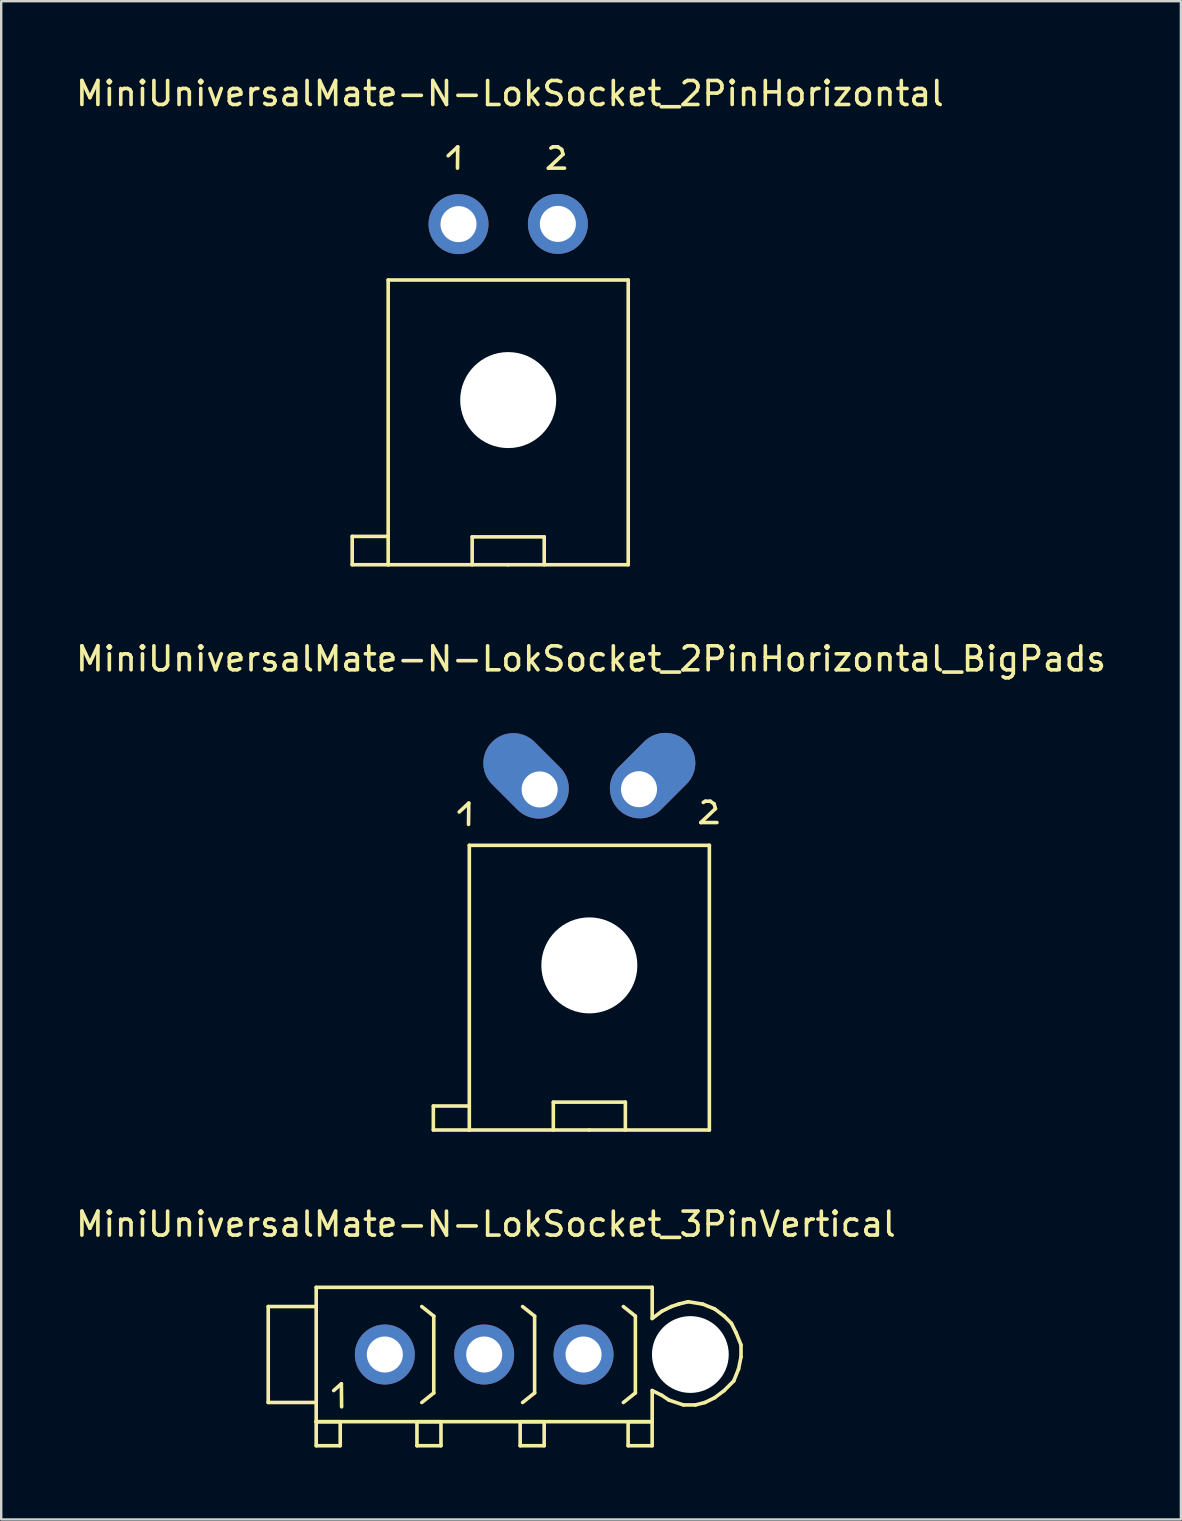
<source format=kicad_pcb>
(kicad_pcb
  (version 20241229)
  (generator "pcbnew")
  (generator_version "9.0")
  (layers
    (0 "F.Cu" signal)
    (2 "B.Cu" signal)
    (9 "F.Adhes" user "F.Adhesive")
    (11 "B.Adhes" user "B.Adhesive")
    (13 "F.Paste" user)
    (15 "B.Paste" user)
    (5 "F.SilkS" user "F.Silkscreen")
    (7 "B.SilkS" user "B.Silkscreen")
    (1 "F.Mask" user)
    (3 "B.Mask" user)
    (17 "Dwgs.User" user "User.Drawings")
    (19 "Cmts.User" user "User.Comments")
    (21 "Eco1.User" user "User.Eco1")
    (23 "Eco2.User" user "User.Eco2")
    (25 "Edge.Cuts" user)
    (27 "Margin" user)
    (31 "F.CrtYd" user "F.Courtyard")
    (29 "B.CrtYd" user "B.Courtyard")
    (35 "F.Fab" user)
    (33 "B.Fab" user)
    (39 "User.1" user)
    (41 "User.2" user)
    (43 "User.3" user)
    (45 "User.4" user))
  (footprint "MiniUniversalMate-N-LokSocket_3PinVertical"
    (layer "F.Cu")
    (at 17.125 53.389)
    (property "Reference" "MiniUniversalMate-N-LokSocket_3PinVertical" (at 0.071 -5.431 0) (layer "F.SilkS") (effects (font (size 1 1) (thickness 0.15))))
    (attr through_hole)
    (fp_line (start -8.999 -1.999) (end -8.999 1.999) (stroke (width 0.15) (type solid)) (layer "F.SilkS"))
    (fp_line (start -8.999 1.999) (end -7 1.999) (stroke (width 0.15) (type solid)) (layer "F.SilkS"))
    (fp_line (start -7 -2.799) (end -7 2.799) (stroke (width 0.15) (type solid)) (layer "F.SilkS"))
    (fp_line (start -7 -2.799) (end 7 -2.799) (stroke (width 0.15) (type solid)) (layer "F.SilkS"))
    (fp_line (start -7 -1.999) (end -8.999 -1.999) (stroke (width 0.15) (type solid)) (layer "F.SilkS"))
    (fp_line (start -7 2.799) (end 7 2.799) (stroke (width 0.15) (type solid)) (layer "F.SilkS"))
    (fp_line (start -7 2.802) (end -5.999 2.802) (stroke (width 0.15) (type solid)) (layer "F.SilkS"))
    (fp_line (start -7 3.8) (end -7 2.802) (stroke (width 0.15) (type solid)) (layer "F.SilkS"))
    (fp_line (start -6.271 1.501) (end -5.951 1.219) (stroke (width 0.15) (type solid)) (layer "F.SilkS"))
    (fp_line (start -5.999 2.802) (end -5.999 3.8) (stroke (width 0.15) (type solid)) (layer "F.SilkS"))
    (fp_line (start -5.999 3.8) (end -7 3.8) (stroke (width 0.15) (type solid)) (layer "F.SilkS"))
    (fp_line (start -5.951 1.219) (end -5.941 2.179) (stroke (width 0.15) (type solid)) (layer "F.SilkS"))
    (fp_line (start -2.802 2.802) (end -1.801 2.802) (stroke (width 0.15) (type solid)) (layer "F.SilkS"))
    (fp_line (start -2.802 3.8) (end -2.802 2.802) (stroke (width 0.15) (type solid)) (layer "F.SilkS"))
    (fp_line (start -2.101 -1.6) (end -2.601 -1.999) (stroke (width 0.15) (type solid)) (layer "F.SilkS"))
    (fp_line (start -2.101 -1.6) (end -2.101 1.6) (stroke (width 0.15) (type solid)) (layer "F.SilkS"))
    (fp_line (start -2.101 1.6) (end -2.601 1.999) (stroke (width 0.15) (type solid)) (layer "F.SilkS"))
    (fp_line (start -1.801 2.802) (end -1.801 3.8) (stroke (width 0.15) (type solid)) (layer "F.SilkS"))
    (fp_line (start -1.801 3.8) (end -2.802 3.8) (stroke (width 0.15) (type solid)) (layer "F.SilkS"))
    (fp_line (start 1.499 2.802) (end 2.499 2.802) (stroke (width 0.15) (type solid)) (layer "F.SilkS"))
    (fp_line (start 1.499 3.8) (end 1.499 2.802) (stroke (width 0.15) (type solid)) (layer "F.SilkS"))
    (fp_line (start 2.101 -1.6) (end 1.6 -1.999) (stroke (width 0.15) (type solid)) (layer "F.SilkS"))
    (fp_line (start 2.101 -1.6) (end 2.101 1.6) (stroke (width 0.15) (type solid)) (layer "F.SilkS"))
    (fp_line (start 2.101 1.6) (end 1.6 1.999) (stroke (width 0.15) (type solid)) (layer "F.SilkS"))
    (fp_line (start 2.499 2.802) (end 2.499 3.8) (stroke (width 0.15) (type solid)) (layer "F.SilkS"))
    (fp_line (start 2.499 3.8) (end 1.499 3.8) (stroke (width 0.15) (type solid)) (layer "F.SilkS"))
    (fp_line (start 5.997 2.802) (end 6.998 2.802) (stroke (width 0.15) (type solid)) (layer "F.SilkS"))
    (fp_line (start 5.997 3.8) (end 5.997 2.802) (stroke (width 0.15) (type solid)) (layer "F.SilkS"))
    (fp_line (start 6.299 -1.6) (end 5.799 -1.999) (stroke (width 0.15) (type solid)) (layer "F.SilkS"))
    (fp_line (start 6.299 -1.6) (end 6.299 1.6) (stroke (width 0.15) (type solid)) (layer "F.SilkS"))
    (fp_line (start 6.299 1.6) (end 5.799 1.999) (stroke (width 0.15) (type solid)) (layer "F.SilkS"))
    (fp_line (start 6.998 2.802) (end 6.998 3.8) (stroke (width 0.15) (type solid)) (layer "F.SilkS"))
    (fp_line (start 6.998 3.8) (end 5.997 3.8) (stroke (width 0.15) (type solid)) (layer "F.SilkS"))
    (fp_line (start 7 -2.799) (end 7 -1.501) (stroke (width 0.15) (type solid)) (layer "F.SilkS"))
    (fp_line (start 7 -1.501) (end 7.399 -1.801) (stroke (width 0.15) (type solid)) (layer "F.SilkS"))
    (fp_line (start 7 2.799) (end 7 1.501) (stroke (width 0.15) (type solid)) (layer "F.SilkS"))
    (fp_line (start 7.399 -1.801) (end 7.8 -1.999) (stroke (width 0.15) (type solid)) (layer "F.SilkS"))
    (fp_line (start 7.399 1.699) (end 7 1.501) (stroke (width 0.15) (type solid)) (layer "F.SilkS"))
    (fp_line (start 7.699 1.9) (end 7.399 1.699) (stroke (width 0.15) (type solid)) (layer "F.SilkS"))
    (fp_line (start 7.8 -1.999) (end 8.1 -2.101) (stroke (width 0.15) (type solid)) (layer "F.SilkS"))
    (fp_line (start 8.1 -2.101) (end 8.499 -2.2) (stroke (width 0.15) (type solid)) (layer "F.SilkS"))
    (fp_line (start 8.301 2.101) (end 7.699 1.9) (stroke (width 0.15) (type solid)) (layer "F.SilkS"))
    (fp_line (start 8.499 -2.2) (end 9.101 -2.101) (stroke (width 0.15) (type solid)) (layer "F.SilkS"))
    (fp_line (start 8.801 2.101) (end 8.301 2.101) (stroke (width 0.15) (type solid)) (layer "F.SilkS"))
    (fp_line (start 9.101 -2.101) (end 9.601 -1.9) (stroke (width 0.15) (type solid)) (layer "F.SilkS"))
    (fp_line (start 9.2 1.999) (end 8.801 2.101) (stroke (width 0.15) (type solid)) (layer "F.SilkS"))
    (fp_line (start 9.601 -1.9) (end 10 -1.6) (stroke (width 0.15) (type solid)) (layer "F.SilkS"))
    (fp_line (start 9.601 1.801) (end 9.2 1.999) (stroke (width 0.15) (type solid)) (layer "F.SilkS"))
    (fp_line (start 10 -1.6) (end 10.3 -1.3) (stroke (width 0.15) (type solid)) (layer "F.SilkS"))
    (fp_line (start 10 1.501) (end 9.601 1.801) (stroke (width 0.15) (type solid)) (layer "F.SilkS"))
    (fp_line (start 10.3 -1.3) (end 10.5 -0.899) (stroke (width 0.15) (type solid)) (layer "F.SilkS"))
    (fp_line (start 10.399 1.1) (end 10 1.501) (stroke (width 0.15) (type solid)) (layer "F.SilkS"))
    (fp_line (start 10.5 -0.899) (end 10.701 -0.399) (stroke (width 0.15) (type solid)) (layer "F.SilkS"))
    (fp_line (start 10.599 0.599) (end 10.399 1.1) (stroke (width 0.15) (type solid)) (layer "F.SilkS"))
    (fp_line (start 10.701 -0.399) (end 10.701 0.099) (stroke (width 0.15) (type solid)) (layer "F.SilkS"))
    (fp_line (start 10.701 0.099) (end 10.599 0.599) (stroke (width 0.15) (type solid)) (layer "F.SilkS"))
    (pad "" np_thru_hole circle (at 8.59 0) (size 3.2 3.2) (drill 3.2) (layers "*.Cu" "*.Mask"))
    (pad "1" thru_hole circle (at -4.14 0 90) (size 2.499 2.499) (drill 1.501) (layers "*.Cu" "*.Mask"))
    (pad "2" thru_hole circle (at 0 0 90) (size 2.499 2.499) (drill 1.501) (layers "*.Cu" "*.Mask"))
    (pad "3" thru_hole circle (at 4.14 0 90) (size 2.499 2.499) (drill 1.501) (layers "*.Cu" "*.Mask")))
  (footprint "MiniUniversalMate-N-LokSocket_2PinHorizontal"
    (layer "F.Cu")
    (at 18.125 6.279)
    (property "Reference" "MiniUniversalMate-N-LokSocket_2PinHorizontal" (at 0.071 -5.431 0) (layer "F.SilkS") (effects (font (size 1 1) (thickness 0.15))))
    (attr through_hole)
    (fp_line (start -6.5 13.02) (end -5.001 13.02) (stroke (width 0.15) (type solid)) (layer "F.SilkS"))
    (fp_line (start -6.5 14.201) (end -6.5 13.02) (stroke (width 0.15) (type solid)) (layer "F.SilkS"))
    (fp_line (start -5.001 2.339) (end 5.001 2.339) (stroke (width 0.15) (type solid)) (layer "F.SilkS"))
    (fp_line (start -5.001 14.201) (end -6.5 14.201) (stroke (width 0.15) (type solid)) (layer "F.SilkS"))
    (fp_line (start -5.001 14.201) (end -5.001 2.339) (stroke (width 0.15) (type solid)) (layer "F.SilkS"))
    (fp_line (start -2.502 -2.84) (end -2.103 -3.211) (stroke (width 0.15) (type solid)) (layer "F.SilkS"))
    (fp_line (start -2.103 -3.211) (end -2.113 -2.322) (stroke (width 0.15) (type solid)) (layer "F.SilkS"))
    (fp_line (start -1.501 13.04) (end -1.501 14.201) (stroke (width 0.15) (type solid)) (layer "F.SilkS"))
    (fp_line (start 0 14.201) (end -5.001 14.201) (stroke (width 0.15) (type solid)) (layer "F.SilkS"))
    (fp_line (start 0 14.201) (end 5.001 14.201) (stroke (width 0.15) (type solid)) (layer "F.SilkS"))
    (fp_line (start 1.501 13.04) (end -1.501 13.04) (stroke (width 0.15) (type solid)) (layer "F.SilkS"))
    (fp_line (start 1.501 14.201) (end 1.501 13.04) (stroke (width 0.15) (type solid)) (layer "F.SilkS"))
    (fp_line (start 1.676 -2.322) (end 2.347 -2.322) (stroke (width 0.15) (type solid)) (layer "F.SilkS"))
    (fp_line (start 1.778 -3.16) (end 1.867 -3.211) (stroke (width 0.15) (type solid)) (layer "F.SilkS"))
    (fp_line (start 1.867 -3.211) (end 2.068 -3.211) (stroke (width 0.15) (type solid)) (layer "F.SilkS"))
    (fp_line (start 2.068 -3.211) (end 2.228 -3.101) (stroke (width 0.15) (type solid)) (layer "F.SilkS"))
    (fp_line (start 2.228 -3.101) (end 2.286 -2.901) (stroke (width 0.15) (type solid)) (layer "F.SilkS"))
    (fp_line (start 2.286 -2.901) (end 1.676 -2.322) (stroke (width 0.15) (type solid)) (layer "F.SilkS"))
    (fp_line (start 5.001 2.339) (end 5.001 14.201) (stroke (width 0.15) (type solid)) (layer "F.SilkS"))
    (pad "" np_thru_hole circle (at 0 7.341) (size 4 4) (drill 4) (layers "*.Cu" "*.Mask"))
    (pad "1" thru_hole circle (at -2.07 0.01 90) (size 2.499 2.499) (drill 1.501) (layers "*.Cu" "*.Mask"))
    (pad "2" thru_hole circle (at 2.07 0 90) (size 2.499 2.499) (drill 1.501) (layers "*.Cu" "*.Mask")))
  (footprint "MiniUniversalMate-N-LokSocket_2PinHorizontal_BigPads"
    (layer "F.Cu")
    (at 21.506 29.834)
    (property "Reference" "MiniUniversalMate-N-LokSocket_2PinHorizontal_BigPads" (at 0.071 -5.431 0) (layer "F.SilkS") (effects (font (size 1 1) (thickness 0.15))))
    (attr through_hole)
    (fp_line (start -6.5 13.2) (end -5.001 13.2) (stroke (width 0.15) (type solid)) (layer "F.SilkS"))
    (fp_line (start -6.5 14.201) (end -6.5 13.2) (stroke (width 0.15) (type solid)) (layer "F.SilkS"))
    (fp_line (start -5.423 0.95) (end -5.024 0.579) (stroke (width 0.15) (type solid)) (layer "F.SilkS"))
    (fp_line (start -5.024 0.579) (end -5.034 1.468) (stroke (width 0.15) (type solid)) (layer "F.SilkS"))
    (fp_line (start -5.001 2.339) (end 5.001 2.339) (stroke (width 0.15) (type solid)) (layer "F.SilkS"))
    (fp_line (start -5.001 14.201) (end -6.5 14.201) (stroke (width 0.15) (type solid)) (layer "F.SilkS"))
    (fp_line (start -5.001 14.201) (end -5.001 2.339) (stroke (width 0.15) (type solid)) (layer "F.SilkS"))
    (fp_line (start -1.501 13.04) (end -1.501 14.201) (stroke (width 0.15) (type solid)) (layer "F.SilkS"))
    (fp_line (start 0 14.201) (end -5.001 14.201) (stroke (width 0.15) (type solid)) (layer "F.SilkS"))
    (fp_line (start 0 14.201) (end 5.001 14.201) (stroke (width 0.15) (type solid)) (layer "F.SilkS"))
    (fp_line (start 1.501 13.04) (end -1.501 13.04) (stroke (width 0.15) (type solid)) (layer "F.SilkS"))
    (fp_line (start 1.501 14.201) (end 1.501 13.04) (stroke (width 0.15) (type solid)) (layer "F.SilkS"))
    (fp_line (start 4.646 1.389) (end 5.316 1.389) (stroke (width 0.15) (type solid)) (layer "F.SilkS"))
    (fp_line (start 4.747 0.551) (end 4.836 0.5) (stroke (width 0.15) (type solid)) (layer "F.SilkS"))
    (fp_line (start 4.836 0.5) (end 5.037 0.5) (stroke (width 0.15) (type solid)) (layer "F.SilkS"))
    (fp_line (start 5.001 2.339) (end 5.001 14.201) (stroke (width 0.15) (type solid)) (layer "F.SilkS"))
    (fp_line (start 5.037 0.5) (end 5.197 0.61) (stroke (width 0.15) (type solid)) (layer "F.SilkS"))
    (fp_line (start 5.197 0.61) (end 5.255 0.81) (stroke (width 0.15) (type solid)) (layer "F.SilkS"))
    (fp_line (start 5.255 0.81) (end 4.646 1.389) (stroke (width 0.15) (type solid)) (layer "F.SilkS"))
    (pad "" np_thru_hole circle (at 0 7.341) (size 4 4) (drill 4) (layers "*.Cu" "*.Mask"))
    (pad "1" thru_hole oval (at -2.07 0.01 315) (size 4 2.499) (drill 1.501 (offset -0.8 0)) (layers "*.Cu" "*.Mask"))
    (pad "2" thru_hole oval (at 2.07 0 45) (size 4 2.499) (drill 1.501 (offset 0.8 0)) (layers "*.Cu" "*.Mask")))
  (gr_rect
    (start -3 -3)
    (end 46.155 60.263)
    (stroke (width 0.1) (type default))
    (fill no)
    (layer "Edge.Cuts")))
</source>
